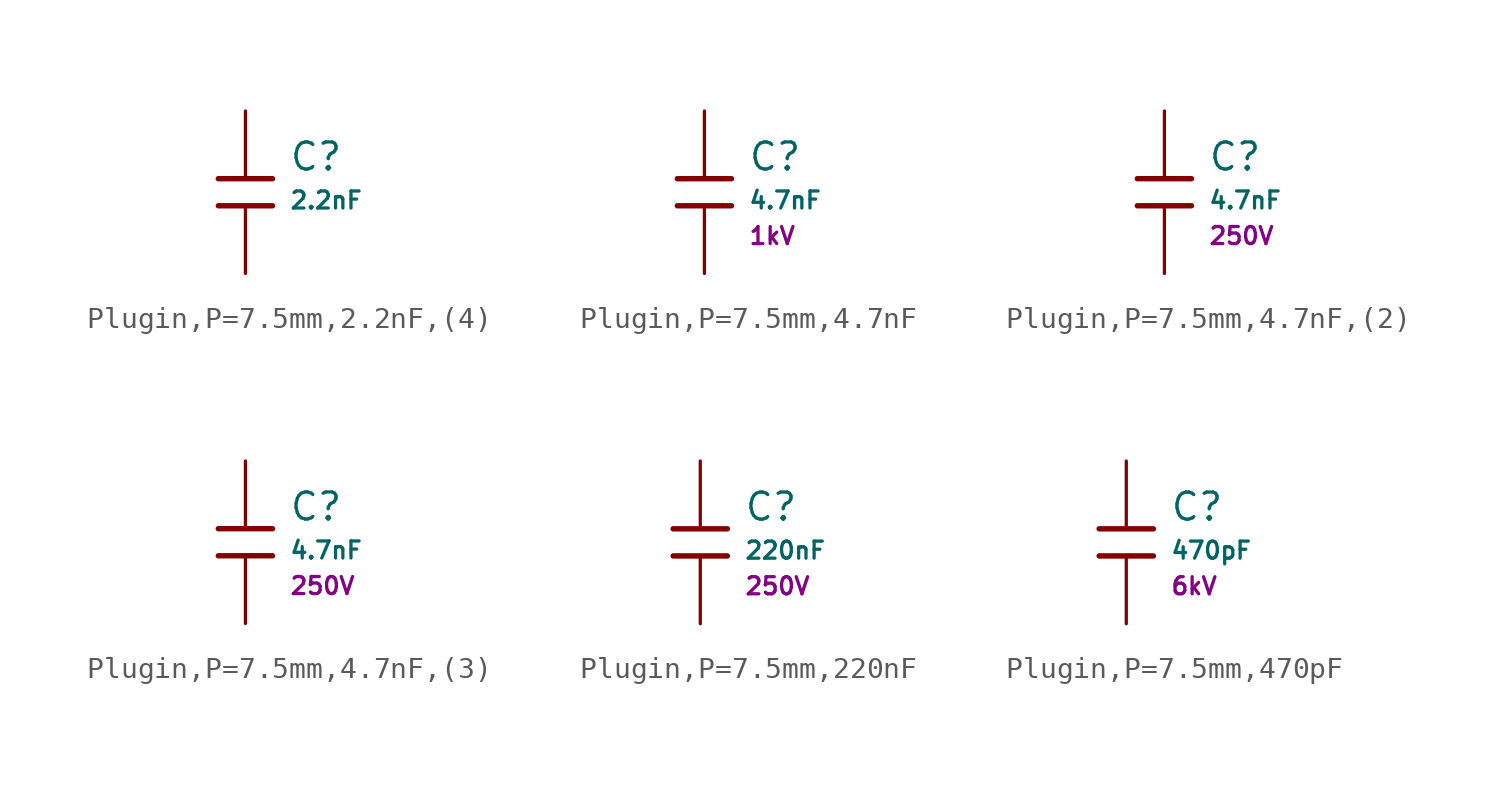
<source format=kicad_sym>
(kicad_symbol_lib
  (version 20231120)
  (generator "CDFER")
  (generator_version "8.0")
  (symbol "Plugin,P=7.5mm,2.2nF,(4)"
    (pin_numbers hide)
    (pin_names
      (offset 0))
    (property "Reference" "C"
      (at 2.032 1.668 0)
      (effects (font (size 1.27 1.27)) (justify left)))
    (property "Value" "2.2nF"
      (at 2.032 -0.378 0)
      (effects (font (size 0.8 0.8)) (justify left)))
    (symbol "Plugin,P=7.5mm,2.2nF,(4)_0_1"
      (polyline (pts (xy -1.27 0.635) (xy 1.27 0.635)) (stroke (width 0.254) (type default)) (fill (type none))))
    (symbol "Plugin,P=7.5mm,2.2nF,(4)_0_1"
      (polyline (pts (xy -1.27 -0.635) (xy 1.27 -0.635)) (stroke (width 0.254) (type default)) (fill (type none))))
    (symbol "Plugin,P=7.5mm,2.2nF,(4)_1_1"
      (pin passive line (at 0 3.81 270) (length 3.175) (name "~" (effects (font (size 1.27 1.27)))) (number "1" (effects (font (size 1.27 1.27)))))
      (pin passive line (at 0 -3.81 90) (length 3.175) (name "~" (effects (font (size 1.27 1.27)))) (number "2" (effects (font (size 1.27 1.27)))))))
  (symbol "Plugin,P=7.5mm,4.7nF"
    (pin_numbers hide)
    (pin_names
      (offset 0))
    (property "Reference" "C"
      (at 2.032 1.668 0)
      (effects (font (size 1.27 1.27)) (justify left)))
    (property "Value" "4.7nF"
      (at 2.032 -0.378 0)
      (effects (font (size 0.8 0.8)) (justify left)))
    (property "Voltage Rated" "1kV"
      (at 2.032 -2.046 0)
      (effects (font (size 0.8 0.8)) (justify left)))
    (symbol "Plugin,P=7.5mm,4.7nF_0_1"
      (polyline (pts (xy -1.27 0.635) (xy 1.27 0.635)) (stroke (width 0.254) (type default)) (fill (type none))))
    (symbol "Plugin,P=7.5mm,4.7nF_0_1"
      (polyline (pts (xy -1.27 -0.635) (xy 1.27 -0.635)) (stroke (width 0.254) (type default)) (fill (type none))))
    (symbol "Plugin,P=7.5mm,4.7nF_1_1"
      (pin passive line (at 0 3.81 270) (length 3.175) (name "~" (effects (font (size 1.27 1.27)))) (number "1" (effects (font (size 1.27 1.27)))))
      (pin passive line (at 0 -3.81 90) (length 3.175) (name "~" (effects (font (size 1.27 1.27)))) (number "2" (effects (font (size 1.27 1.27)))))))
  (symbol "Plugin,P=7.5mm,4.7nF,(2)"
    (pin_numbers hide)
    (pin_names
      (offset 0))
    (property "Reference" "C"
      (at 2.032 1.668 0)
      (effects (font (size 1.27 1.27)) (justify left)))
    (property "Value" "4.7nF"
      (at 2.032 -0.378 0)
      (effects (font (size 0.8 0.8)) (justify left)))
    (property "Voltage Rated" "250V"
      (at 2.032 -2.046 0)
      (effects (font (size 0.8 0.8)) (justify left)))
    (symbol "Plugin,P=7.5mm,4.7nF,(2)_0_1"
      (polyline (pts (xy -1.27 0.635) (xy 1.27 0.635)) (stroke (width 0.254) (type default)) (fill (type none))))
    (symbol "Plugin,P=7.5mm,4.7nF,(2)_0_1"
      (polyline (pts (xy -1.27 -0.635) (xy 1.27 -0.635)) (stroke (width 0.254) (type default)) (fill (type none))))
    (symbol "Plugin,P=7.5mm,4.7nF,(2)_1_1"
      (pin passive line (at 0 3.81 270) (length 3.175) (name "~" (effects (font (size 1.27 1.27)))) (number "1" (effects (font (size 1.27 1.27)))))
      (pin passive line (at 0 -3.81 90) (length 3.175) (name "~" (effects (font (size 1.27 1.27)))) (number "2" (effects (font (size 1.27 1.27)))))))
  (symbol "Plugin,P=7.5mm,4.7nF,(3)"
    (pin_numbers hide)
    (pin_names
      (offset 0))
    (property "Reference" "C"
      (at 2.032 1.668 0)
      (effects (font (size 1.27 1.27)) (justify left)))
    (property "Value" "4.7nF"
      (at 2.032 -0.378 0)
      (effects (font (size 0.8 0.8)) (justify left)))
    (property "Voltage Rated" "250V"
      (at 2.032 -2.046 0)
      (effects (font (size 0.8 0.8)) (justify left)))
    (symbol "Plugin,P=7.5mm,4.7nF,(3)_0_1"
      (polyline (pts (xy -1.27 0.635) (xy 1.27 0.635)) (stroke (width 0.254) (type default)) (fill (type none))))
    (symbol "Plugin,P=7.5mm,4.7nF,(3)_0_1"
      (polyline (pts (xy -1.27 -0.635) (xy 1.27 -0.635)) (stroke (width 0.254) (type default)) (fill (type none))))
    (symbol "Plugin,P=7.5mm,4.7nF,(3)_1_1"
      (pin passive line (at 0 3.81 270) (length 3.175) (name "~" (effects (font (size 1.27 1.27)))) (number "1" (effects (font (size 1.27 1.27)))))
      (pin passive line (at 0 -3.81 90) (length 3.175) (name "~" (effects (font (size 1.27 1.27)))) (number "2" (effects (font (size 1.27 1.27)))))))
  (symbol "Plugin,P=7.5mm,220nF"
    (pin_numbers hide)
    (pin_names
      (offset 0))
    (property "Reference" "C"
      (at 2.032 1.668 0)
      (effects (font (size 1.27 1.27)) (justify left)))
    (property "Value" "220nF"
      (at 2.032 -0.378 0)
      (effects (font (size 0.8 0.8)) (justify left)))
    (property "Voltage Rated" "250V"
      (at 2.032 -2.046 0)
      (effects (font (size 0.8 0.8)) (justify left)))
    (symbol "Plugin,P=7.5mm,220nF_0_1"
      (polyline (pts (xy -1.27 0.635) (xy 1.27 0.635)) (stroke (width 0.254) (type default)) (fill (type none))))
    (symbol "Plugin,P=7.5mm,220nF_0_1"
      (polyline (pts (xy -1.27 -0.635) (xy 1.27 -0.635)) (stroke (width 0.254) (type default)) (fill (type none))))
    (symbol "Plugin,P=7.5mm,220nF_1_1"
      (pin passive line (at 0 3.81 270) (length 3.175) (name "~" (effects (font (size 1.27 1.27)))) (number "1" (effects (font (size 1.27 1.27)))))
      (pin passive line (at 0 -3.81 90) (length 3.175) (name "~" (effects (font (size 1.27 1.27)))) (number "2" (effects (font (size 1.27 1.27)))))))
  (symbol "Plugin,P=7.5mm,470pF"
    (pin_numbers hide)
    (pin_names
      (offset 0))
    (property "Reference" "C"
      (at 2.032 1.668 0)
      (effects (font (size 1.27 1.27)) (justify left)))
    (property "Value" "470pF"
      (at 2.032 -0.378 0)
      (effects (font (size 0.8 0.8)) (justify left)))
    (property "Voltage Rated" "6kV"
      (at 2.032 -2.046 0)
      (effects (font (size 0.8 0.8)) (justify left)))
    (symbol "Plugin,P=7.5mm,470pF_0_1"
      (polyline (pts (xy -1.27 0.635) (xy 1.27 0.635)) (stroke (width 0.254) (type default)) (fill (type none))))
    (symbol "Plugin,P=7.5mm,470pF_0_1"
      (polyline (pts (xy -1.27 -0.635) (xy 1.27 -0.635)) (stroke (width 0.254) (type default)) (fill (type none))))
    (symbol "Plugin,P=7.5mm,470pF_1_1"
      (pin passive line (at 0 3.81 270) (length 3.175) (name "~" (effects (font (size 1.27 1.27)))) (number "1" (effects (font (size 1.27 1.27)))))
      (pin passive line (at 0 -3.81 90) (length 3.175) (name "~" (effects (font (size 1.27 1.27)))) (number "2" (effects (font (size 1.27 1.27))))))))
</source>
